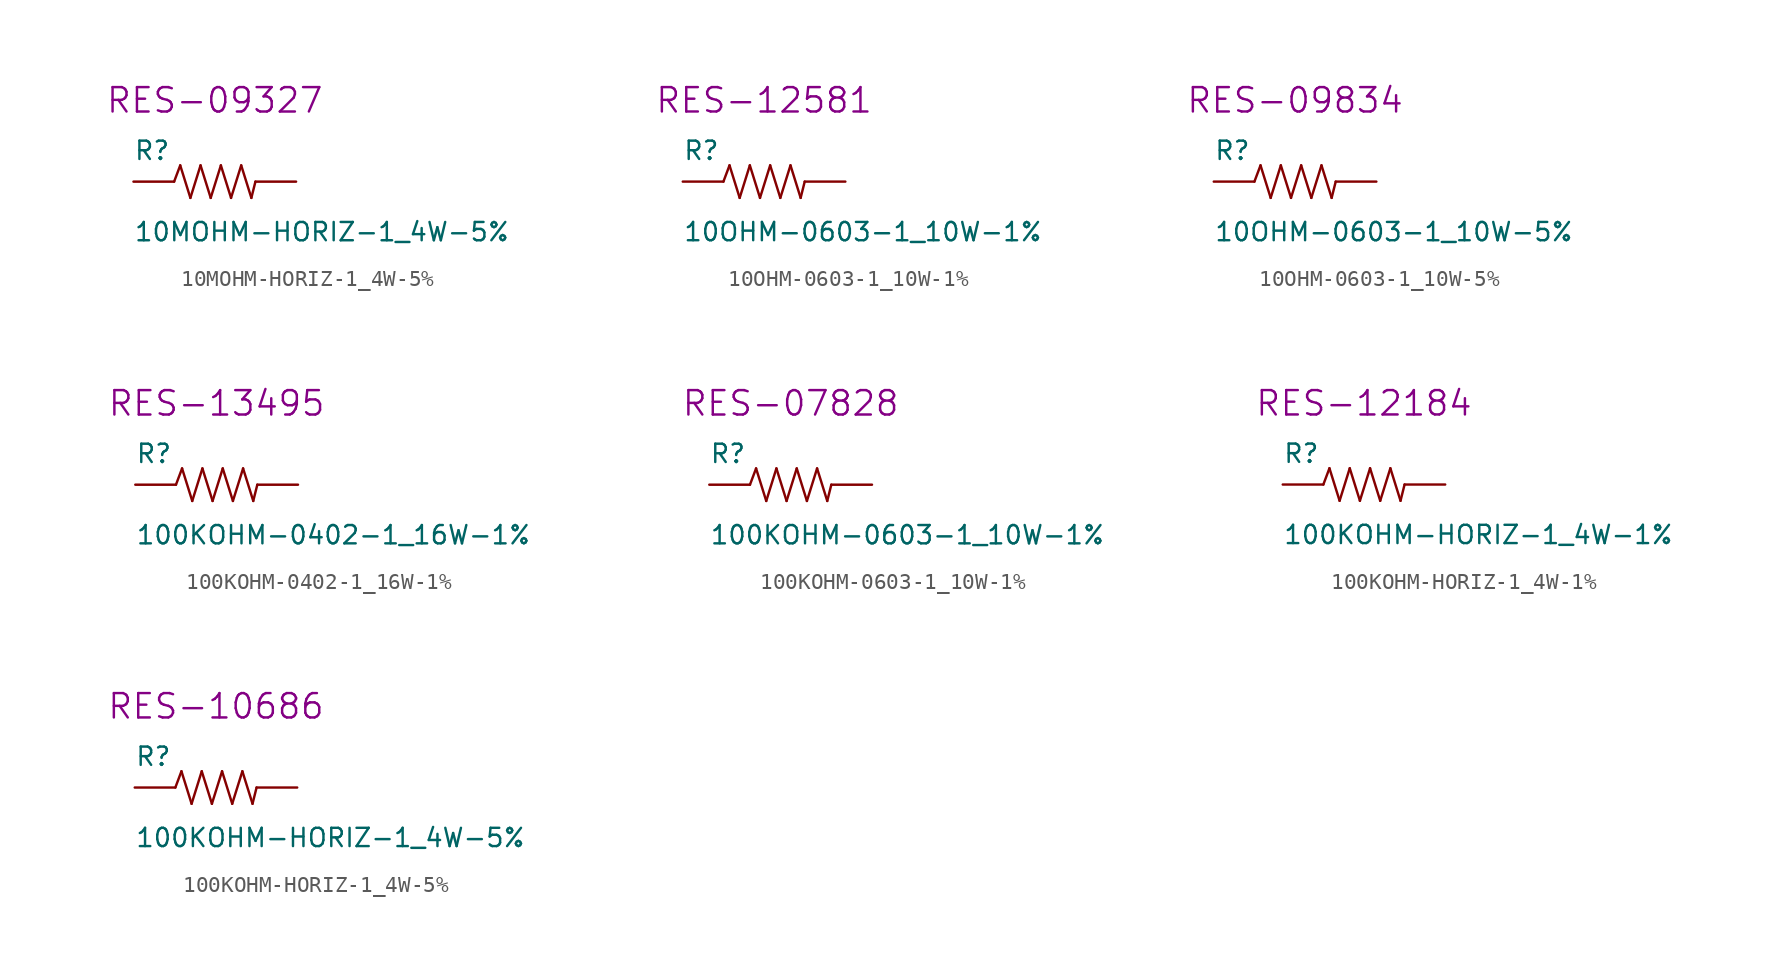
<source format=kicad_sym>
(kicad_symbol_lib
  (version 20211014)
  (generator kicad_symbol_editor)
  (symbol "10MOHM-HORIZ-1_4W-5%"
    (pin_numbers hide)
    (pin_names
      (offset 1.016) hide)
    (property "Reference" "R"
      (at -5.08 1.27 0)
      (effects (font (size 1.143 1.143)) (justify left bottom)))
    (property "Value" "10MOHM-HORIZ-1_4W-5%"
      (at -5.08 -3.81 0)
      (effects (font (size 1.143 1.143)) (justify left bottom)))
    (property "Field4" "RES-09327"
      (at 0 5.08 0)
      (effects (font (size 1.524 1.524))))
    (property "ki_locked" ""
      (at 0 0 0)
      (effects (font (size 1.27 1.27))))
    (symbol "10MOHM-HORIZ-1_4W-5%_1_0"
      (polyline (pts (xy -2.54 0) (xy -2.159 1.016)) (stroke (width 0) (type default) (color 0 0 0 0)) (fill (type none)))
      (polyline (pts (xy -2.159 1.016) (xy -1.524 -1.016)) (stroke (width 0) (type default) (color 0 0 0 0)) (fill (type none)))
      (polyline (pts (xy -1.524 -1.016) (xy -0.889 1.016)) (stroke (width 0) (type default) (color 0 0 0 0)) (fill (type none)))
      (polyline (pts (xy -0.889 1.016) (xy -0.254 -1.016)) (stroke (width 0) (type default) (color 0 0 0 0)) (fill (type none)))
      (polyline (pts (xy -0.254 -1.016) (xy 0.381 1.016)) (stroke (width 0) (type default) (color 0 0 0 0)) (fill (type none)))
      (polyline (pts (xy 0.381 1.016) (xy 1.016 -1.016)) (stroke (width 0) (type default) (color 0 0 0 0)) (fill (type none)))
      (polyline (pts (xy 1.016 -1.016) (xy 1.651 1.016)) (stroke (width 0) (type default) (color 0 0 0 0)) (fill (type none)))
      (polyline (pts (xy 1.651 1.016) (xy 2.286 -1.016)) (stroke (width 0) (type default) (color 0 0 0 0)) (fill (type none)))
      (polyline (pts (xy 2.286 -1.016) (xy 2.54 0)) (stroke (width 0) (type default) (color 0 0 0 0)) (fill (type none))))
    (symbol "10MOHM-HORIZ-1_4W-5%_1_1"
      (pin passive line (at -5.08 0 0) (length 2.54) (name "1" (effects (font (size 1.016 1.016)))) (number "P$1" (effects (font (size 1.016 1.016)))))
      (pin passive line (at 5.08 0 180) (length 2.54) (name "2" (effects (font (size 1.016 1.016)))) (number "P$2" (effects (font (size 1.016 1.016)))))))
  (symbol "10OHM-0603-1_10W-1%"
    (pin_numbers hide)
    (pin_names
      (offset 1.016) hide)
    (property "Reference" "R"
      (at -5.08 1.27 0)
      (effects (font (size 1.143 1.143)) (justify left bottom)))
    (property "Value" "10OHM-0603-1_10W-1%"
      (at -5.08 -3.81 0)
      (effects (font (size 1.143 1.143)) (justify left bottom)))
    (property "Field4" "RES-12581"
      (at 0 5.08 0)
      (effects (font (size 1.524 1.524))))
    (property "ki_locked" ""
      (at 0 0 0)
      (effects (font (size 1.27 1.27))))
    (symbol "10OHM-0603-1_10W-1%_1_0"
      (polyline (pts (xy -2.54 0) (xy -2.159 1.016)) (stroke (width 0) (type default) (color 0 0 0 0)) (fill (type none)))
      (polyline (pts (xy -2.159 1.016) (xy -1.524 -1.016)) (stroke (width 0) (type default) (color 0 0 0 0)) (fill (type none)))
      (polyline (pts (xy -1.524 -1.016) (xy -0.889 1.016)) (stroke (width 0) (type default) (color 0 0 0 0)) (fill (type none)))
      (polyline (pts (xy -0.889 1.016) (xy -0.254 -1.016)) (stroke (width 0) (type default) (color 0 0 0 0)) (fill (type none)))
      (polyline (pts (xy -0.254 -1.016) (xy 0.381 1.016)) (stroke (width 0) (type default) (color 0 0 0 0)) (fill (type none)))
      (polyline (pts (xy 0.381 1.016) (xy 1.016 -1.016)) (stroke (width 0) (type default) (color 0 0 0 0)) (fill (type none)))
      (polyline (pts (xy 1.016 -1.016) (xy 1.651 1.016)) (stroke (width 0) (type default) (color 0 0 0 0)) (fill (type none)))
      (polyline (pts (xy 1.651 1.016) (xy 2.286 -1.016)) (stroke (width 0) (type default) (color 0 0 0 0)) (fill (type none)))
      (polyline (pts (xy 2.286 -1.016) (xy 2.54 0)) (stroke (width 0) (type default) (color 0 0 0 0)) (fill (type none))))
    (symbol "10OHM-0603-1_10W-1%_1_1"
      (pin passive line (at -5.08 0 0) (length 2.54) (name "1" (effects (font (size 1.016 1.016)))) (number "1" (effects (font (size 1.016 1.016)))))
      (pin passive line (at 5.08 0 180) (length 2.54) (name "2" (effects (font (size 1.016 1.016)))) (number "2" (effects (font (size 1.016 1.016)))))))
  (symbol "10OHM-0603-1_10W-5%"
    (pin_numbers hide)
    (pin_names
      (offset 1.016) hide)
    (property "Reference" "R"
      (at -5.08 1.27 0)
      (effects (font (size 1.143 1.143)) (justify left bottom)))
    (property "Value" "10OHM-0603-1_10W-5%"
      (at -5.08 -3.81 0)
      (effects (font (size 1.143 1.143)) (justify left bottom)))
    (property "Field4" "RES-09834"
      (at 0 5.08 0)
      (effects (font (size 1.524 1.524))))
    (property "ki_locked" ""
      (at 0 0 0)
      (effects (font (size 1.27 1.27))))
    (symbol "10OHM-0603-1_10W-5%_1_0"
      (polyline (pts (xy -2.54 0) (xy -2.159 1.016)) (stroke (width 0) (type default) (color 0 0 0 0)) (fill (type none)))
      (polyline (pts (xy -2.159 1.016) (xy -1.524 -1.016)) (stroke (width 0) (type default) (color 0 0 0 0)) (fill (type none)))
      (polyline (pts (xy -1.524 -1.016) (xy -0.889 1.016)) (stroke (width 0) (type default) (color 0 0 0 0)) (fill (type none)))
      (polyline (pts (xy -0.889 1.016) (xy -0.254 -1.016)) (stroke (width 0) (type default) (color 0 0 0 0)) (fill (type none)))
      (polyline (pts (xy -0.254 -1.016) (xy 0.381 1.016)) (stroke (width 0) (type default) (color 0 0 0 0)) (fill (type none)))
      (polyline (pts (xy 0.381 1.016) (xy 1.016 -1.016)) (stroke (width 0) (type default) (color 0 0 0 0)) (fill (type none)))
      (polyline (pts (xy 1.016 -1.016) (xy 1.651 1.016)) (stroke (width 0) (type default) (color 0 0 0 0)) (fill (type none)))
      (polyline (pts (xy 1.651 1.016) (xy 2.286 -1.016)) (stroke (width 0) (type default) (color 0 0 0 0)) (fill (type none)))
      (polyline (pts (xy 2.286 -1.016) (xy 2.54 0)) (stroke (width 0) (type default) (color 0 0 0 0)) (fill (type none))))
    (symbol "10OHM-0603-1_10W-5%_1_1"
      (pin passive line (at -5.08 0 0) (length 2.54) (name "1" (effects (font (size 1.016 1.016)))) (number "1" (effects (font (size 1.016 1.016)))))
      (pin passive line (at 5.08 0 180) (length 2.54) (name "2" (effects (font (size 1.016 1.016)))) (number "2" (effects (font (size 1.016 1.016)))))))
  (symbol "100KOHM-0402-1_16W-1%"
    (pin_numbers hide)
    (pin_names
      (offset 1.016) hide)
    (property "Reference" "R"
      (at -5.08 1.27 0)
      (effects (font (size 1.143 1.143)) (justify left bottom)))
    (property "Value" "100KOHM-0402-1_16W-1%"
      (at -5.08 -3.81 0)
      (effects (font (size 1.143 1.143)) (justify left bottom)))
    (property "Field4" "RES-13495"
      (at 0 5.08 0)
      (effects (font (size 1.524 1.524))))
    (property "ki_locked" ""
      (at 0 0 0)
      (effects (font (size 1.27 1.27))))
    (symbol "100KOHM-0402-1_16W-1%_1_0"
      (polyline (pts (xy -2.54 0) (xy -2.159 1.016)) (stroke (width 0) (type default) (color 0 0 0 0)) (fill (type none)))
      (polyline (pts (xy -2.159 1.016) (xy -1.524 -1.016)) (stroke (width 0) (type default) (color 0 0 0 0)) (fill (type none)))
      (polyline (pts (xy -1.524 -1.016) (xy -0.889 1.016)) (stroke (width 0) (type default) (color 0 0 0 0)) (fill (type none)))
      (polyline (pts (xy -0.889 1.016) (xy -0.254 -1.016)) (stroke (width 0) (type default) (color 0 0 0 0)) (fill (type none)))
      (polyline (pts (xy -0.254 -1.016) (xy 0.381 1.016)) (stroke (width 0) (type default) (color 0 0 0 0)) (fill (type none)))
      (polyline (pts (xy 0.381 1.016) (xy 1.016 -1.016)) (stroke (width 0) (type default) (color 0 0 0 0)) (fill (type none)))
      (polyline (pts (xy 1.016 -1.016) (xy 1.651 1.016)) (stroke (width 0) (type default) (color 0 0 0 0)) (fill (type none)))
      (polyline (pts (xy 1.651 1.016) (xy 2.286 -1.016)) (stroke (width 0) (type default) (color 0 0 0 0)) (fill (type none)))
      (polyline (pts (xy 2.286 -1.016) (xy 2.54 0)) (stroke (width 0) (type default) (color 0 0 0 0)) (fill (type none))))
    (symbol "100KOHM-0402-1_16W-1%_1_1"
      (pin passive line (at -5.08 0 0) (length 2.54) (name "1" (effects (font (size 1.016 1.016)))) (number "1" (effects (font (size 1.016 1.016)))))
      (pin passive line (at 5.08 0 180) (length 2.54) (name "2" (effects (font (size 1.016 1.016)))) (number "2" (effects (font (size 1.016 1.016)))))))
  (symbol "100KOHM-0603-1_10W-1%"
    (pin_numbers hide)
    (pin_names
      (offset 1.016) hide)
    (property "Reference" "R"
      (at -5.08 1.27 0)
      (effects (font (size 1.143 1.143)) (justify left bottom)))
    (property "Value" "100KOHM-0603-1_10W-1%"
      (at -5.08 -3.81 0)
      (effects (font (size 1.143 1.143)) (justify left bottom)))
    (property "Field4" "RES-07828"
      (at 0 5.08 0)
      (effects (font (size 1.524 1.524))))
    (property "ki_locked" ""
      (at 0 0 0)
      (effects (font (size 1.27 1.27))))
    (symbol "100KOHM-0603-1_10W-1%_1_0"
      (polyline (pts (xy -2.54 0) (xy -2.159 1.016)) (stroke (width 0) (type default) (color 0 0 0 0)) (fill (type none)))
      (polyline (pts (xy -2.159 1.016) (xy -1.524 -1.016)) (stroke (width 0) (type default) (color 0 0 0 0)) (fill (type none)))
      (polyline (pts (xy -1.524 -1.016) (xy -0.889 1.016)) (stroke (width 0) (type default) (color 0 0 0 0)) (fill (type none)))
      (polyline (pts (xy -0.889 1.016) (xy -0.254 -1.016)) (stroke (width 0) (type default) (color 0 0 0 0)) (fill (type none)))
      (polyline (pts (xy -0.254 -1.016) (xy 0.381 1.016)) (stroke (width 0) (type default) (color 0 0 0 0)) (fill (type none)))
      (polyline (pts (xy 0.381 1.016) (xy 1.016 -1.016)) (stroke (width 0) (type default) (color 0 0 0 0)) (fill (type none)))
      (polyline (pts (xy 1.016 -1.016) (xy 1.651 1.016)) (stroke (width 0) (type default) (color 0 0 0 0)) (fill (type none)))
      (polyline (pts (xy 1.651 1.016) (xy 2.286 -1.016)) (stroke (width 0) (type default) (color 0 0 0 0)) (fill (type none)))
      (polyline (pts (xy 2.286 -1.016) (xy 2.54 0)) (stroke (width 0) (type default) (color 0 0 0 0)) (fill (type none))))
    (symbol "100KOHM-0603-1_10W-1%_1_1"
      (pin passive line (at -5.08 0 0) (length 2.54) (name "1" (effects (font (size 1.016 1.016)))) (number "1" (effects (font (size 1.016 1.016)))))
      (pin passive line (at 5.08 0 180) (length 2.54) (name "2" (effects (font (size 1.016 1.016)))) (number "2" (effects (font (size 1.016 1.016)))))))
  (symbol "100KOHM-HORIZ-1_4W-1%"
    (pin_numbers hide)
    (pin_names
      (offset 1.016) hide)
    (property "Reference" "R"
      (at -5.08 1.27 0)
      (effects (font (size 1.143 1.143)) (justify left bottom)))
    (property "Value" "100KOHM-HORIZ-1_4W-1%"
      (at -5.08 -3.81 0)
      (effects (font (size 1.143 1.143)) (justify left bottom)))
    (property "Field4" "RES-12184"
      (at 0 5.08 0)
      (effects (font (size 1.524 1.524))))
    (property "ki_locked" ""
      (at 0 0 0)
      (effects (font (size 1.27 1.27))))
    (symbol "100KOHM-HORIZ-1_4W-1%_1_0"
      (polyline (pts (xy -2.54 0) (xy -2.159 1.016)) (stroke (width 0) (type default) (color 0 0 0 0)) (fill (type none)))
      (polyline (pts (xy -2.159 1.016) (xy -1.524 -1.016)) (stroke (width 0) (type default) (color 0 0 0 0)) (fill (type none)))
      (polyline (pts (xy -1.524 -1.016) (xy -0.889 1.016)) (stroke (width 0) (type default) (color 0 0 0 0)) (fill (type none)))
      (polyline (pts (xy -0.889 1.016) (xy -0.254 -1.016)) (stroke (width 0) (type default) (color 0 0 0 0)) (fill (type none)))
      (polyline (pts (xy -0.254 -1.016) (xy 0.381 1.016)) (stroke (width 0) (type default) (color 0 0 0 0)) (fill (type none)))
      (polyline (pts (xy 0.381 1.016) (xy 1.016 -1.016)) (stroke (width 0) (type default) (color 0 0 0 0)) (fill (type none)))
      (polyline (pts (xy 1.016 -1.016) (xy 1.651 1.016)) (stroke (width 0) (type default) (color 0 0 0 0)) (fill (type none)))
      (polyline (pts (xy 1.651 1.016) (xy 2.286 -1.016)) (stroke (width 0) (type default) (color 0 0 0 0)) (fill (type none)))
      (polyline (pts (xy 2.286 -1.016) (xy 2.54 0)) (stroke (width 0) (type default) (color 0 0 0 0)) (fill (type none))))
    (symbol "100KOHM-HORIZ-1_4W-1%_1_1"
      (pin passive line (at -5.08 0 0) (length 2.54) (name "1" (effects (font (size 1.016 1.016)))) (number "P$1" (effects (font (size 1.016 1.016)))))
      (pin passive line (at 5.08 0 180) (length 2.54) (name "2" (effects (font (size 1.016 1.016)))) (number "P$2" (effects (font (size 1.016 1.016)))))))
  (symbol "100KOHM-HORIZ-1_4W-5%"
    (pin_numbers hide)
    (pin_names
      (offset 1.016) hide)
    (property "Reference" "R"
      (at -5.08 1.27 0)
      (effects (font (size 1.143 1.143)) (justify left bottom)))
    (property "Value" "100KOHM-HORIZ-1_4W-5%"
      (at -5.08 -3.81 0)
      (effects (font (size 1.143 1.143)) (justify left bottom)))
    (property "Field4" "RES-10686"
      (at 0 5.08 0)
      (effects (font (size 1.524 1.524))))
    (property "ki_locked" ""
      (at 0 0 0)
      (effects (font (size 1.27 1.27))))
    (symbol "100KOHM-HORIZ-1_4W-5%_1_0"
      (polyline (pts (xy -2.54 0) (xy -2.159 1.016)) (stroke (width 0) (type default) (color 0 0 0 0)) (fill (type none)))
      (polyline (pts (xy -2.159 1.016) (xy -1.524 -1.016)) (stroke (width 0) (type default) (color 0 0 0 0)) (fill (type none)))
      (polyline (pts (xy -1.524 -1.016) (xy -0.889 1.016)) (stroke (width 0) (type default) (color 0 0 0 0)) (fill (type none)))
      (polyline (pts (xy -0.889 1.016) (xy -0.254 -1.016)) (stroke (width 0) (type default) (color 0 0 0 0)) (fill (type none)))
      (polyline (pts (xy -0.254 -1.016) (xy 0.381 1.016)) (stroke (width 0) (type default) (color 0 0 0 0)) (fill (type none)))
      (polyline (pts (xy 0.381 1.016) (xy 1.016 -1.016)) (stroke (width 0) (type default) (color 0 0 0 0)) (fill (type none)))
      (polyline (pts (xy 1.016 -1.016) (xy 1.651 1.016)) (stroke (width 0) (type default) (color 0 0 0 0)) (fill (type none)))
      (polyline (pts (xy 1.651 1.016) (xy 2.286 -1.016)) (stroke (width 0) (type default) (color 0 0 0 0)) (fill (type none)))
      (polyline (pts (xy 2.286 -1.016) (xy 2.54 0)) (stroke (width 0) (type default) (color 0 0 0 0)) (fill (type none))))
    (symbol "100KOHM-HORIZ-1_4W-5%_1_1"
      (pin passive line (at -5.08 0 0) (length 2.54) (name "1" (effects (font (size 1.016 1.016)))) (number "P$1" (effects (font (size 1.016 1.016)))))
      (pin passive line (at 5.08 0 180) (length 2.54) (name "2" (effects (font (size 1.016 1.016)))) (number "P$2" (effects (font (size 1.016 1.016))))))))
</source>
